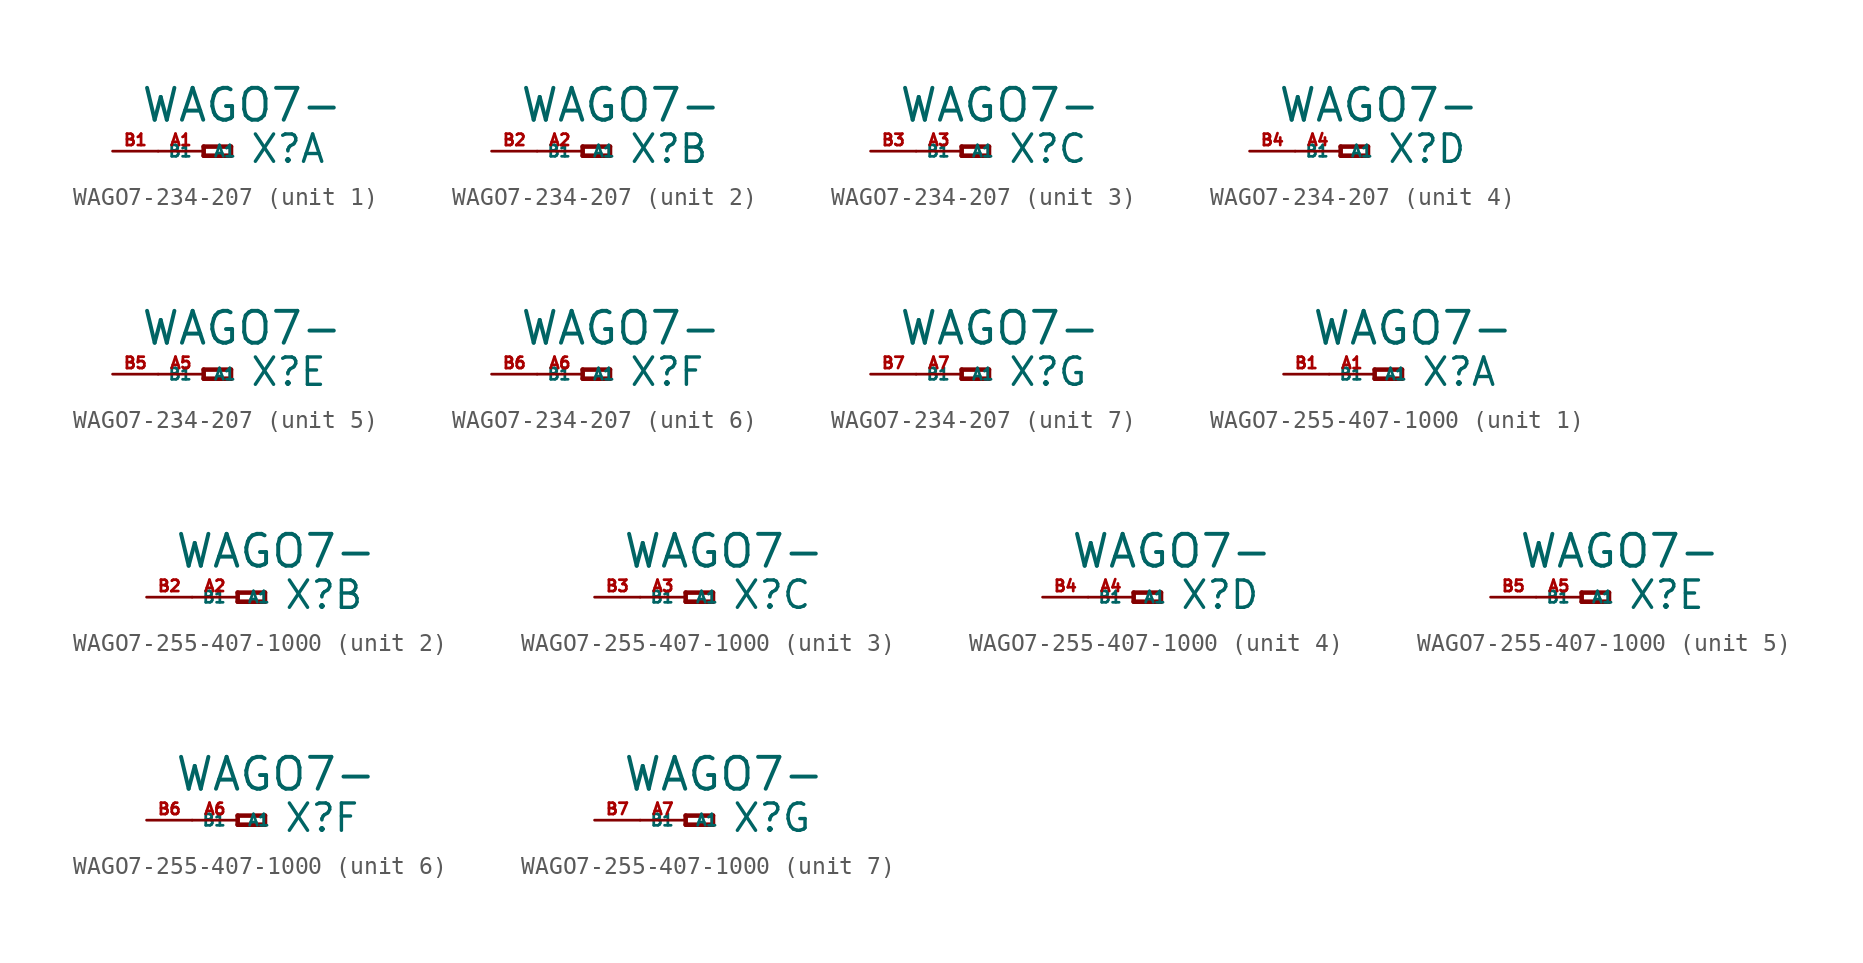
<source format=kicad_sym>
(kicad_symbol_lib
  (version 20220914)
  (generator Eagle2Kicad)
  (symbol "WAGO7-234-207"
    (property "Reference" "X"
      (at 2.54 -0.762 0)
      (effects (font (size 1.524 1.524) (thickness 0.19)) (justify left bottom)))
    (property "Value" "WAGO7-"
      (at -3.556 1.524 0)
      (effects (font (size 1.778 1.778) (thickness 0.22)) (justify left bottom)))
    (symbol "WAGO7-234-207_1_0"
      (polyline (pts (xy 0 0.254) (xy 0 -0.254)) (stroke (width 0.254) (type default)) (fill (type none)))
      (polyline (pts (xy 0 -0.254) (xy 1.524 -0.254)) (stroke (width 0.254) (type default)) (fill (type none)))
      (polyline (pts (xy 1.524 -0.254) (xy 1.524 0.254)) (stroke (width 0.254) (type default)) (fill (type none)))
      (polyline (pts (xy 1.524 0.254) (xy 0 0.254)) (stroke (width 0.254) (type default)) (fill (type none)))
      (pin passive line (at -2.54 0 0) (length 2.54) (name "A1" (effects (font (size 0.635 0.635) (thickness 0.08)) (justify left bottom))) (number "A1" (effects (font (size 0.635 0.635) (thickness 0.08)) (justify left bottom))))
      (pin passive line (at -5.08 0 0) (length 2.54) (name "B1" (effects (font (size 0.635 0.635) (thickness 0.08)) (justify left bottom))) (number "B1" (effects (font (size 0.635 0.635) (thickness 0.08)) (justify left bottom)))))
    (symbol "WAGO7-234-207_2_0"
      (polyline (pts (xy 0 0.254) (xy 0 -0.254)) (stroke (width 0.254) (type default)) (fill (type none)))
      (polyline (pts (xy 0 -0.254) (xy 1.524 -0.254)) (stroke (width 0.254) (type default)) (fill (type none)))
      (polyline (pts (xy 1.524 -0.254) (xy 1.524 0.254)) (stroke (width 0.254) (type default)) (fill (type none)))
      (polyline (pts (xy 1.524 0.254) (xy 0 0.254)) (stroke (width 0.254) (type default)) (fill (type none)))
      (pin passive line (at -2.54 0 0) (length 2.54) (name "A1" (effects (font (size 0.635 0.635) (thickness 0.08)) (justify left bottom))) (number "A2" (effects (font (size 0.635 0.635) (thickness 0.08)) (justify left bottom))))
      (pin passive line (at -5.08 0 0) (length 2.54) (name "B1" (effects (font (size 0.635 0.635) (thickness 0.08)) (justify left bottom))) (number "B2" (effects (font (size 0.635 0.635) (thickness 0.08)) (justify left bottom)))))
    (symbol "WAGO7-234-207_3_0"
      (polyline (pts (xy 0 0.254) (xy 0 -0.254)) (stroke (width 0.254) (type default)) (fill (type none)))
      (polyline (pts (xy 0 -0.254) (xy 1.524 -0.254)) (stroke (width 0.254) (type default)) (fill (type none)))
      (polyline (pts (xy 1.524 -0.254) (xy 1.524 0.254)) (stroke (width 0.254) (type default)) (fill (type none)))
      (polyline (pts (xy 1.524 0.254) (xy 0 0.254)) (stroke (width 0.254) (type default)) (fill (type none)))
      (pin passive line (at -2.54 0 0) (length 2.54) (name "A1" (effects (font (size 0.635 0.635) (thickness 0.08)) (justify left bottom))) (number "A3" (effects (font (size 0.635 0.635) (thickness 0.08)) (justify left bottom))))
      (pin passive line (at -5.08 0 0) (length 2.54) (name "B1" (effects (font (size 0.635 0.635) (thickness 0.08)) (justify left bottom))) (number "B3" (effects (font (size 0.635 0.635) (thickness 0.08)) (justify left bottom)))))
    (symbol "WAGO7-234-207_4_0"
      (polyline (pts (xy 0 0.254) (xy 0 -0.254)) (stroke (width 0.254) (type default)) (fill (type none)))
      (polyline (pts (xy 0 -0.254) (xy 1.524 -0.254)) (stroke (width 0.254) (type default)) (fill (type none)))
      (polyline (pts (xy 1.524 -0.254) (xy 1.524 0.254)) (stroke (width 0.254) (type default)) (fill (type none)))
      (polyline (pts (xy 1.524 0.254) (xy 0 0.254)) (stroke (width 0.254) (type default)) (fill (type none)))
      (pin passive line (at -2.54 0 0) (length 2.54) (name "A1" (effects (font (size 0.635 0.635) (thickness 0.08)) (justify left bottom))) (number "A4" (effects (font (size 0.635 0.635) (thickness 0.08)) (justify left bottom))))
      (pin passive line (at -5.08 0 0) (length 2.54) (name "B1" (effects (font (size 0.635 0.635) (thickness 0.08)) (justify left bottom))) (number "B4" (effects (font (size 0.635 0.635) (thickness 0.08)) (justify left bottom)))))
    (symbol "WAGO7-234-207_5_0"
      (polyline (pts (xy 0 0.254) (xy 0 -0.254)) (stroke (width 0.254) (type default)) (fill (type none)))
      (polyline (pts (xy 0 -0.254) (xy 1.524 -0.254)) (stroke (width 0.254) (type default)) (fill (type none)))
      (polyline (pts (xy 1.524 -0.254) (xy 1.524 0.254)) (stroke (width 0.254) (type default)) (fill (type none)))
      (polyline (pts (xy 1.524 0.254) (xy 0 0.254)) (stroke (width 0.254) (type default)) (fill (type none)))
      (pin passive line (at -2.54 0 0) (length 2.54) (name "A1" (effects (font (size 0.635 0.635) (thickness 0.08)) (justify left bottom))) (number "A5" (effects (font (size 0.635 0.635) (thickness 0.08)) (justify left bottom))))
      (pin passive line (at -5.08 0 0) (length 2.54) (name "B1" (effects (font (size 0.635 0.635) (thickness 0.08)) (justify left bottom))) (number "B5" (effects (font (size 0.635 0.635) (thickness 0.08)) (justify left bottom)))))
    (symbol "WAGO7-234-207_6_0"
      (polyline (pts (xy 0 0.254) (xy 0 -0.254)) (stroke (width 0.254) (type default)) (fill (type none)))
      (polyline (pts (xy 0 -0.254) (xy 1.524 -0.254)) (stroke (width 0.254) (type default)) (fill (type none)))
      (polyline (pts (xy 1.524 -0.254) (xy 1.524 0.254)) (stroke (width 0.254) (type default)) (fill (type none)))
      (polyline (pts (xy 1.524 0.254) (xy 0 0.254)) (stroke (width 0.254) (type default)) (fill (type none)))
      (pin passive line (at -2.54 0 0) (length 2.54) (name "A1" (effects (font (size 0.635 0.635) (thickness 0.08)) (justify left bottom))) (number "A6" (effects (font (size 0.635 0.635) (thickness 0.08)) (justify left bottom))))
      (pin passive line (at -5.08 0 0) (length 2.54) (name "B1" (effects (font (size 0.635 0.635) (thickness 0.08)) (justify left bottom))) (number "B6" (effects (font (size 0.635 0.635) (thickness 0.08)) (justify left bottom)))))
    (symbol "WAGO7-234-207_7_0"
      (polyline (pts (xy 0 0.254) (xy 0 -0.254)) (stroke (width 0.254) (type default)) (fill (type none)))
      (polyline (pts (xy 0 -0.254) (xy 1.524 -0.254)) (stroke (width 0.254) (type default)) (fill (type none)))
      (polyline (pts (xy 1.524 -0.254) (xy 1.524 0.254)) (stroke (width 0.254) (type default)) (fill (type none)))
      (polyline (pts (xy 1.524 0.254) (xy 0 0.254)) (stroke (width 0.254) (type default)) (fill (type none)))
      (pin passive line (at -2.54 0 0) (length 2.54) (name "A1" (effects (font (size 0.635 0.635) (thickness 0.08)) (justify left bottom))) (number "A7" (effects (font (size 0.635 0.635) (thickness 0.08)) (justify left bottom))))
      (pin passive line (at -5.08 0 0) (length 2.54) (name "B1" (effects (font (size 0.635 0.635) (thickness 0.08)) (justify left bottom))) (number "B7" (effects (font (size 0.635 0.635) (thickness 0.08)) (justify left bottom))))))
  (symbol "WAGO7-255-407-1000"
    (property "Reference" "X"
      (at 2.54 -0.762 0)
      (effects (font (size 1.524 1.524) (thickness 0.19)) (justify left bottom)))
    (property "Value" "WAGO7-"
      (at -3.556 1.524 0)
      (effects (font (size 1.778 1.778) (thickness 0.22)) (justify left bottom)))
    (symbol "WAGO7-255-407-1000_1_0"
      (polyline (pts (xy 0 0.254) (xy 0 -0.254)) (stroke (width 0.254) (type default)) (fill (type none)))
      (polyline (pts (xy 0 -0.254) (xy 1.524 -0.254)) (stroke (width 0.254) (type default)) (fill (type none)))
      (polyline (pts (xy 1.524 -0.254) (xy 1.524 0.254)) (stroke (width 0.254) (type default)) (fill (type none)))
      (polyline (pts (xy 1.524 0.254) (xy 0 0.254)) (stroke (width 0.254) (type default)) (fill (type none)))
      (pin passive line (at -2.54 0 0) (length 2.54) (name "A1" (effects (font (size 0.635 0.635) (thickness 0.08)) (justify left bottom))) (number "A1" (effects (font (size 0.635 0.635) (thickness 0.08)) (justify left bottom))))
      (pin passive line (at -5.08 0 0) (length 2.54) (name "B1" (effects (font (size 0.635 0.635) (thickness 0.08)) (justify left bottom))) (number "B1" (effects (font (size 0.635 0.635) (thickness 0.08)) (justify left bottom)))))
    (symbol "WAGO7-255-407-1000_2_0"
      (polyline (pts (xy 0 0.254) (xy 0 -0.254)) (stroke (width 0.254) (type default)) (fill (type none)))
      (polyline (pts (xy 0 -0.254) (xy 1.524 -0.254)) (stroke (width 0.254) (type default)) (fill (type none)))
      (polyline (pts (xy 1.524 -0.254) (xy 1.524 0.254)) (stroke (width 0.254) (type default)) (fill (type none)))
      (polyline (pts (xy 1.524 0.254) (xy 0 0.254)) (stroke (width 0.254) (type default)) (fill (type none)))
      (pin passive line (at -2.54 0 0) (length 2.54) (name "A1" (effects (font (size 0.635 0.635) (thickness 0.08)) (justify left bottom))) (number "A2" (effects (font (size 0.635 0.635) (thickness 0.08)) (justify left bottom))))
      (pin passive line (at -5.08 0 0) (length 2.54) (name "B1" (effects (font (size 0.635 0.635) (thickness 0.08)) (justify left bottom))) (number "B2" (effects (font (size 0.635 0.635) (thickness 0.08)) (justify left bottom)))))
    (symbol "WAGO7-255-407-1000_3_0"
      (polyline (pts (xy 0 0.254) (xy 0 -0.254)) (stroke (width 0.254) (type default)) (fill (type none)))
      (polyline (pts (xy 0 -0.254) (xy 1.524 -0.254)) (stroke (width 0.254) (type default)) (fill (type none)))
      (polyline (pts (xy 1.524 -0.254) (xy 1.524 0.254)) (stroke (width 0.254) (type default)) (fill (type none)))
      (polyline (pts (xy 1.524 0.254) (xy 0 0.254)) (stroke (width 0.254) (type default)) (fill (type none)))
      (pin passive line (at -2.54 0 0) (length 2.54) (name "A1" (effects (font (size 0.635 0.635) (thickness 0.08)) (justify left bottom))) (number "A3" (effects (font (size 0.635 0.635) (thickness 0.08)) (justify left bottom))))
      (pin passive line (at -5.08 0 0) (length 2.54) (name "B1" (effects (font (size 0.635 0.635) (thickness 0.08)) (justify left bottom))) (number "B3" (effects (font (size 0.635 0.635) (thickness 0.08)) (justify left bottom)))))
    (symbol "WAGO7-255-407-1000_4_0"
      (polyline (pts (xy 0 0.254) (xy 0 -0.254)) (stroke (width 0.254) (type default)) (fill (type none)))
      (polyline (pts (xy 0 -0.254) (xy 1.524 -0.254)) (stroke (width 0.254) (type default)) (fill (type none)))
      (polyline (pts (xy 1.524 -0.254) (xy 1.524 0.254)) (stroke (width 0.254) (type default)) (fill (type none)))
      (polyline (pts (xy 1.524 0.254) (xy 0 0.254)) (stroke (width 0.254) (type default)) (fill (type none)))
      (pin passive line (at -2.54 0 0) (length 2.54) (name "A1" (effects (font (size 0.635 0.635) (thickness 0.08)) (justify left bottom))) (number "A4" (effects (font (size 0.635 0.635) (thickness 0.08)) (justify left bottom))))
      (pin passive line (at -5.08 0 0) (length 2.54) (name "B1" (effects (font (size 0.635 0.635) (thickness 0.08)) (justify left bottom))) (number "B4" (effects (font (size 0.635 0.635) (thickness 0.08)) (justify left bottom)))))
    (symbol "WAGO7-255-407-1000_5_0"
      (polyline (pts (xy 0 0.254) (xy 0 -0.254)) (stroke (width 0.254) (type default)) (fill (type none)))
      (polyline (pts (xy 0 -0.254) (xy 1.524 -0.254)) (stroke (width 0.254) (type default)) (fill (type none)))
      (polyline (pts (xy 1.524 -0.254) (xy 1.524 0.254)) (stroke (width 0.254) (type default)) (fill (type none)))
      (polyline (pts (xy 1.524 0.254) (xy 0 0.254)) (stroke (width 0.254) (type default)) (fill (type none)))
      (pin passive line (at -2.54 0 0) (length 2.54) (name "A1" (effects (font (size 0.635 0.635) (thickness 0.08)) (justify left bottom))) (number "A5" (effects (font (size 0.635 0.635) (thickness 0.08)) (justify left bottom))))
      (pin passive line (at -5.08 0 0) (length 2.54) (name "B1" (effects (font (size 0.635 0.635) (thickness 0.08)) (justify left bottom))) (number "B5" (effects (font (size 0.635 0.635) (thickness 0.08)) (justify left bottom)))))
    (symbol "WAGO7-255-407-1000_6_0"
      (polyline (pts (xy 0 0.254) (xy 0 -0.254)) (stroke (width 0.254) (type default)) (fill (type none)))
      (polyline (pts (xy 0 -0.254) (xy 1.524 -0.254)) (stroke (width 0.254) (type default)) (fill (type none)))
      (polyline (pts (xy 1.524 -0.254) (xy 1.524 0.254)) (stroke (width 0.254) (type default)) (fill (type none)))
      (polyline (pts (xy 1.524 0.254) (xy 0 0.254)) (stroke (width 0.254) (type default)) (fill (type none)))
      (pin passive line (at -2.54 0 0) (length 2.54) (name "A1" (effects (font (size 0.635 0.635) (thickness 0.08)) (justify left bottom))) (number "A6" (effects (font (size 0.635 0.635) (thickness 0.08)) (justify left bottom))))
      (pin passive line (at -5.08 0 0) (length 2.54) (name "B1" (effects (font (size 0.635 0.635) (thickness 0.08)) (justify left bottom))) (number "B6" (effects (font (size 0.635 0.635) (thickness 0.08)) (justify left bottom)))))
    (symbol "WAGO7-255-407-1000_7_0"
      (polyline (pts (xy 0 0.254) (xy 0 -0.254)) (stroke (width 0.254) (type default)) (fill (type none)))
      (polyline (pts (xy 0 -0.254) (xy 1.524 -0.254)) (stroke (width 0.254) (type default)) (fill (type none)))
      (polyline (pts (xy 1.524 -0.254) (xy 1.524 0.254)) (stroke (width 0.254) (type default)) (fill (type none)))
      (polyline (pts (xy 1.524 0.254) (xy 0 0.254)) (stroke (width 0.254) (type default)) (fill (type none)))
      (pin passive line (at -2.54 0 0) (length 2.54) (name "A1" (effects (font (size 0.635 0.635) (thickness 0.08)) (justify left bottom))) (number "A7" (effects (font (size 0.635 0.635) (thickness 0.08)) (justify left bottom))))
      (pin passive line (at -5.08 0 0) (length 2.54) (name "B1" (effects (font (size 0.635 0.635) (thickness 0.08)) (justify left bottom))) (number "B7" (effects (font (size 0.635 0.635) (thickness 0.08)) (justify left bottom)))))))
</source>
